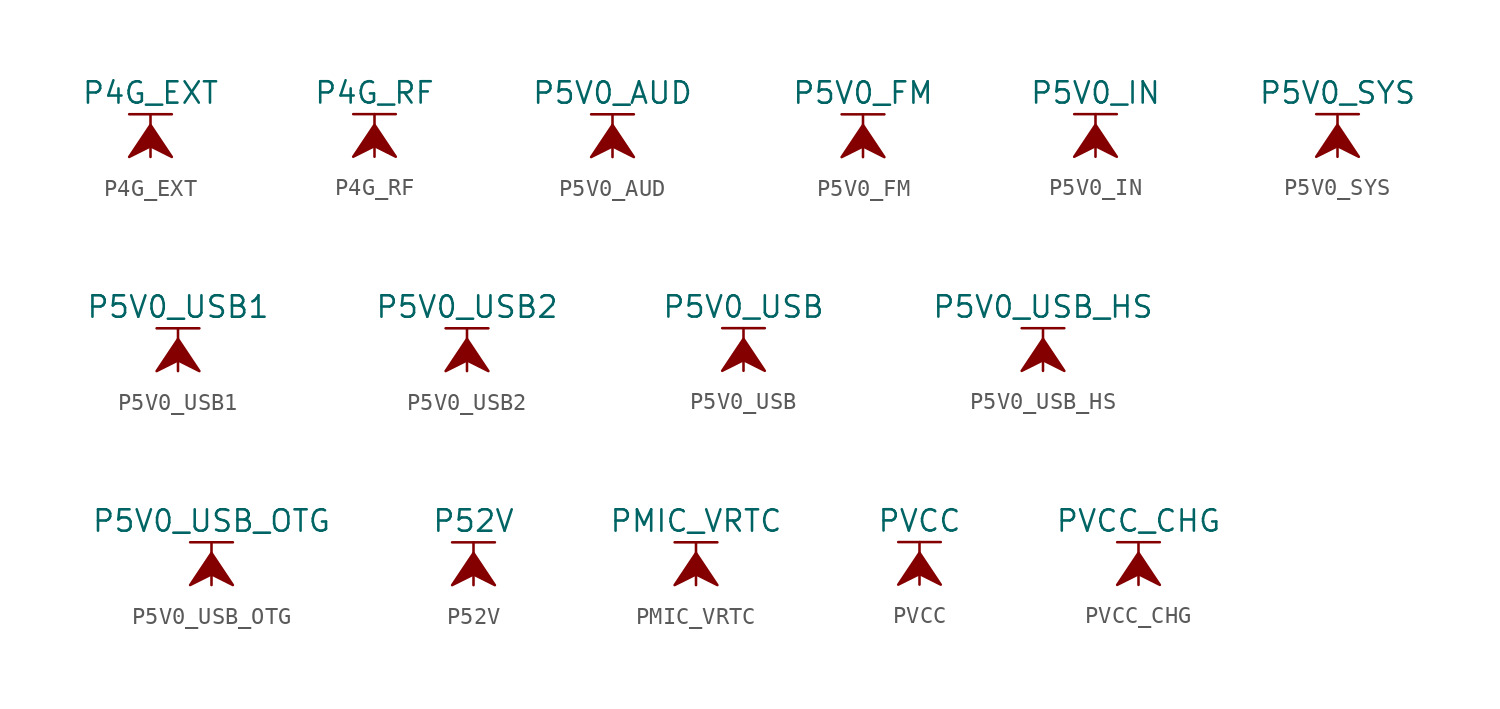
<source format=kicad_sym>
(kicad_symbol_lib
  (version 20211014)
  (generator kicad_symbol_editor)
  (symbol "P4G_EXT"
    (power)
    (pin_names
      (offset 0))
    (property "Reference" "#PWR"
      (at 0 -3.81 0)
      (effects (font (size 1.27 1.27)) hide))
    (property "Value" "P4G_EXT"
      (at 0 3.81 0)
      (effects (font (size 1.27 1.27))))
    (symbol "P4G_EXT_0_1"
      (polyline (pts (xy -1.27 2.54) (xy 1.27 2.54)) (stroke (width 0.152) (type default) (color 0 0 0 0)) (fill (type none)))
      (polyline (pts (xy 0 0) (xy 0 2.54)) (stroke (width 0.152) (type default) (color 0 0 0 0)) (fill (type none)))
      (polyline (pts (xy 0 1.905) (xy -1.27 0) (xy 0 0.635) (xy 1.27 0) (xy 0 1.905)) (stroke (width 0.152) (type default) (color 0 0 0 0)) (fill (type outline))))
    (symbol "P4G_EXT_1_1"
      (pin power_in line (at 0 0 90) (length 0) hide (name "P4G_EXT" (effects (font (size 1.27 1.27)))) (number "1" (effects (font (size 1.27 1.27)))))))
  (symbol "P4G_RF"
    (power)
    (pin_names
      (offset 0))
    (property "Reference" "#PWR"
      (at 0 -3.81 0)
      (effects (font (size 1.27 1.27)) hide))
    (property "Value" "P4G_RF"
      (at 0 3.81 0)
      (effects (font (size 1.27 1.27))))
    (symbol "P4G_RF_0_1"
      (polyline (pts (xy -1.27 2.54) (xy 1.27 2.54)) (stroke (width 0.152) (type default) (color 0 0 0 0)) (fill (type none)))
      (polyline (pts (xy 0 0) (xy 0 2.54)) (stroke (width 0.152) (type default) (color 0 0 0 0)) (fill (type none)))
      (polyline (pts (xy 0 1.905) (xy -1.27 0) (xy 0 0.635) (xy 1.27 0) (xy 0 1.905)) (stroke (width 0.152) (type default) (color 0 0 0 0)) (fill (type outline))))
    (symbol "P4G_RF_1_1"
      (pin power_in line (at 0 0 90) (length 0) hide (name "P4G_RF" (effects (font (size 1.27 1.27)))) (number "1" (effects (font (size 1.27 1.27)))))))
  (symbol "P5V0_AUD"
    (power)
    (pin_names
      (offset 0))
    (property "Reference" "#PWR"
      (at 0 -3.81 0)
      (effects (font (size 1.27 1.27)) hide))
    (property "Value" "P5V0_AUD"
      (at 0 3.81 0)
      (effects (font (size 1.27 1.27))))
    (symbol "P5V0_AUD_0_1"
      (polyline (pts (xy -1.27 2.54) (xy 1.27 2.54)) (stroke (width 0.152) (type default) (color 0 0 0 0)) (fill (type none)))
      (polyline (pts (xy 0 0) (xy 0 2.54)) (stroke (width 0.152) (type default) (color 0 0 0 0)) (fill (type none)))
      (polyline (pts (xy 0 1.905) (xy -1.27 0) (xy 0 0.635) (xy 1.27 0) (xy 0 1.905)) (stroke (width 0.152) (type default) (color 0 0 0 0)) (fill (type outline))))
    (symbol "P5V0_AUD_1_1"
      (pin power_in line (at 0 0 90) (length 0) hide (name "P5V0_AUD" (effects (font (size 1.27 1.27)))) (number "1" (effects (font (size 1.27 1.27)))))))
  (symbol "P5V0_FM"
    (power)
    (pin_names
      (offset 0))
    (property "Reference" "#PWR"
      (at 0 -3.81 0)
      (effects (font (size 1.27 1.27)) hide))
    (property "Value" "P5V0_FM"
      (at 0 3.81 0)
      (effects (font (size 1.27 1.27))))
    (symbol "P5V0_FM_0_1"
      (polyline (pts (xy -1.27 2.54) (xy 1.27 2.54)) (stroke (width 0.152) (type default) (color 0 0 0 0)) (fill (type none)))
      (polyline (pts (xy 0 0) (xy 0 2.54)) (stroke (width 0.152) (type default) (color 0 0 0 0)) (fill (type none)))
      (polyline (pts (xy 0 1.905) (xy -1.27 0) (xy 0 0.635) (xy 1.27 0) (xy 0 1.905)) (stroke (width 0.152) (type default) (color 0 0 0 0)) (fill (type outline))))
    (symbol "P5V0_FM_1_1"
      (pin power_in line (at 0 0 90) (length 0) hide (name "P5V0_FM" (effects (font (size 1.27 1.27)))) (number "1" (effects (font (size 1.27 1.27)))))))
  (symbol "P5V0_IN"
    (power)
    (pin_names
      (offset 0))
    (property "Reference" "#PWR"
      (at 0 -3.81 0)
      (effects (font (size 1.27 1.27)) hide))
    (property "Value" "P5V0_IN"
      (at 0 3.81 0)
      (effects (font (size 1.27 1.27))))
    (symbol "P5V0_IN_0_1"
      (polyline (pts (xy -1.27 2.54) (xy 1.27 2.54)) (stroke (width 0.152) (type default) (color 0 0 0 0)) (fill (type none)))
      (polyline (pts (xy 0 0) (xy 0 2.54)) (stroke (width 0.152) (type default) (color 0 0 0 0)) (fill (type none)))
      (polyline (pts (xy 0 1.905) (xy -1.27 0) (xy 0 0.635) (xy 1.27 0) (xy 0 1.905)) (stroke (width 0.152) (type default) (color 0 0 0 0)) (fill (type outline))))
    (symbol "P5V0_IN_1_1"
      (pin power_in line (at 0 0 90) (length 0) hide (name "P5V0_IN" (effects (font (size 1.27 1.27)))) (number "1" (effects (font (size 1.27 1.27)))))))
  (symbol "P5V0_SYS"
    (power)
    (pin_names
      (offset 0))
    (property "Reference" "#PWR"
      (at 0 -3.81 0)
      (effects (font (size 1.27 1.27)) hide))
    (property "Value" "P5V0_SYS"
      (at 0 3.81 0)
      (effects (font (size 1.27 1.27))))
    (symbol "P5V0_SYS_0_1"
      (polyline (pts (xy -1.27 2.54) (xy 1.27 2.54)) (stroke (width 0.152) (type default) (color 0 0 0 0)) (fill (type none)))
      (polyline (pts (xy 0 0) (xy 0 2.54)) (stroke (width 0.152) (type default) (color 0 0 0 0)) (fill (type none)))
      (polyline (pts (xy 0 1.905) (xy -1.27 0) (xy 0 0.635) (xy 1.27 0) (xy 0 1.905)) (stroke (width 0.152) (type default) (color 0 0 0 0)) (fill (type outline))))
    (symbol "P5V0_SYS_1_1"
      (pin power_in line (at 0 0 90) (length 0) hide (name "P5V0_SYS" (effects (font (size 1.27 1.27)))) (number "1" (effects (font (size 1.27 1.27)))))))
  (symbol "P5V0_USB1"
    (power)
    (pin_names
      (offset 0))
    (property "Reference" "#PWR"
      (at 0 -3.81 0)
      (effects (font (size 1.27 1.27)) hide))
    (property "Value" "P5V0_USB1"
      (at 0 3.81 0)
      (effects (font (size 1.27 1.27))))
    (symbol "P5V0_USB1_0_1"
      (polyline (pts (xy -1.27 2.54) (xy 1.27 2.54)) (stroke (width 0.152) (type default) (color 0 0 0 0)) (fill (type none)))
      (polyline (pts (xy 0 0) (xy 0 2.54)) (stroke (width 0.152) (type default) (color 0 0 0 0)) (fill (type none)))
      (polyline (pts (xy 0 1.905) (xy -1.27 0) (xy 0 0.635) (xy 1.27 0) (xy 0 1.905)) (stroke (width 0.152) (type default) (color 0 0 0 0)) (fill (type outline))))
    (symbol "P5V0_USB1_1_1"
      (pin power_in line (at 0 0 90) (length 0) hide (name "P5V0_USB1" (effects (font (size 1.27 1.27)))) (number "1" (effects (font (size 1.27 1.27)))))))
  (symbol "P5V0_USB2"
    (power)
    (pin_names
      (offset 0))
    (property "Reference" "#PWR"
      (at 0 -3.81 0)
      (effects (font (size 1.27 1.27)) hide))
    (property "Value" "P5V0_USB2"
      (at 0 3.81 0)
      (effects (font (size 1.27 1.27))))
    (symbol "P5V0_USB2_0_1"
      (polyline (pts (xy -1.27 2.54) (xy 1.27 2.54)) (stroke (width 0.152) (type default) (color 0 0 0 0)) (fill (type none)))
      (polyline (pts (xy 0 0) (xy 0 2.54)) (stroke (width 0.152) (type default) (color 0 0 0 0)) (fill (type none)))
      (polyline (pts (xy 0 1.905) (xy -1.27 0) (xy 0 0.635) (xy 1.27 0) (xy 0 1.905)) (stroke (width 0.152) (type default) (color 0 0 0 0)) (fill (type outline))))
    (symbol "P5V0_USB2_1_1"
      (pin power_in line (at 0 0 90) (length 0) hide (name "P5V0_USB2" (effects (font (size 1.27 1.27)))) (number "1" (effects (font (size 1.27 1.27)))))))
  (symbol "P5V0_USB"
    (power)
    (pin_names
      (offset 0))
    (property "Reference" "#PWR"
      (at 0 -3.81 0)
      (effects (font (size 1.27 1.27)) hide))
    (property "Value" "P5V0_USB"
      (at 0 3.81 0)
      (effects (font (size 1.27 1.27))))
    (symbol "P5V0_USB_0_1"
      (polyline (pts (xy -1.27 2.54) (xy 1.27 2.54)) (stroke (width 0.152) (type default) (color 0 0 0 0)) (fill (type none)))
      (polyline (pts (xy 0 0) (xy 0 2.54)) (stroke (width 0.152) (type default) (color 0 0 0 0)) (fill (type none)))
      (polyline (pts (xy 0 1.905) (xy -1.27 0) (xy 0 0.635) (xy 1.27 0) (xy 0 1.905)) (stroke (width 0.152) (type default) (color 0 0 0 0)) (fill (type outline))))
    (symbol "P5V0_USB_1_1"
      (pin power_in line (at 0 0 90) (length 0) hide (name "P5V0_USB" (effects (font (size 1.27 1.27)))) (number "1" (effects (font (size 1.27 1.27)))))))
  (symbol "P5V0_USB_HS"
    (power)
    (pin_names
      (offset 0))
    (property "Reference" "#PWR"
      (at 0 -3.81 0)
      (effects (font (size 1.27 1.27)) hide))
    (property "Value" "P5V0_USB_HS"
      (at 0 3.81 0)
      (effects (font (size 1.27 1.27))))
    (symbol "P5V0_USB_HS_0_1"
      (polyline (pts (xy -1.27 2.54) (xy 1.27 2.54)) (stroke (width 0.152) (type default) (color 0 0 0 0)) (fill (type none)))
      (polyline (pts (xy 0 0) (xy 0 2.54)) (stroke (width 0.152) (type default) (color 0 0 0 0)) (fill (type none)))
      (polyline (pts (xy 0 1.905) (xy -1.27 0) (xy 0 0.635) (xy 1.27 0) (xy 0 1.905)) (stroke (width 0.152) (type default) (color 0 0 0 0)) (fill (type outline))))
    (symbol "P5V0_USB_HS_1_1"
      (pin power_in line (at 0 0 90) (length 0) hide (name "P5V0_USB_HS" (effects (font (size 1.27 1.27)))) (number "1" (effects (font (size 1.27 1.27)))))))
  (symbol "P5V0_USB_OTG"
    (power)
    (pin_names
      (offset 0))
    (property "Reference" "#PWR"
      (at 0 -3.81 0)
      (effects (font (size 1.27 1.27)) hide))
    (property "Value" "P5V0_USB_OTG"
      (at 0 3.81 0)
      (effects (font (size 1.27 1.27))))
    (symbol "P5V0_USB_OTG_0_1"
      (polyline (pts (xy -1.27 2.54) (xy 1.27 2.54)) (stroke (width 0.152) (type default) (color 0 0 0 0)) (fill (type none)))
      (polyline (pts (xy 0 0) (xy 0 2.54)) (stroke (width 0.152) (type default) (color 0 0 0 0)) (fill (type none)))
      (polyline (pts (xy 0 1.905) (xy -1.27 0) (xy 0 0.635) (xy 1.27 0) (xy 0 1.905)) (stroke (width 0.152) (type default) (color 0 0 0 0)) (fill (type outline))))
    (symbol "P5V0_USB_OTG_1_1"
      (pin power_in line (at 0 0 90) (length 0) hide (name "P5V0_USB_OTG" (effects (font (size 1.27 1.27)))) (number "1" (effects (font (size 1.27 1.27)))))))
  (symbol "P52V"
    (power)
    (pin_names
      (offset 0))
    (property "Reference" "#PWR"
      (at 0 -3.81 0)
      (effects (font (size 1.27 1.27)) hide))
    (property "Value" "P52V"
      (at 0 3.81 0)
      (effects (font (size 1.27 1.27))))
    (symbol "P52V_0_1"
      (polyline (pts (xy -1.27 2.54) (xy 1.27 2.54)) (stroke (width 0.152) (type default) (color 0 0 0 0)) (fill (type none)))
      (polyline (pts (xy 0 0) (xy 0 2.54)) (stroke (width 0.152) (type default) (color 0 0 0 0)) (fill (type none)))
      (polyline (pts (xy 0 1.905) (xy -1.27 0) (xy 0 0.635) (xy 1.27 0) (xy 0 1.905)) (stroke (width 0.152) (type default) (color 0 0 0 0)) (fill (type outline))))
    (symbol "P52V_1_1"
      (pin power_in line (at 0 0 90) (length 0) hide (name "P52V" (effects (font (size 1.27 1.27)))) (number "1" (effects (font (size 1.27 1.27)))))))
  (symbol "PMIC_VRTC"
    (power)
    (pin_names
      (offset 0))
    (property "Reference" "#PWR"
      (at 0 -3.81 0)
      (effects (font (size 1.27 1.27)) hide))
    (property "Value" "PMIC_VRTC"
      (at 0 3.81 0)
      (effects (font (size 1.27 1.27))))
    (symbol "PMIC_VRTC_0_1"
      (polyline (pts (xy -1.27 2.54) (xy 1.27 2.54)) (stroke (width 0.152) (type default) (color 0 0 0 0)) (fill (type none)))
      (polyline (pts (xy 0 0) (xy 0 2.54)) (stroke (width 0.152) (type default) (color 0 0 0 0)) (fill (type none)))
      (polyline (pts (xy 0 1.905) (xy -1.27 0) (xy 0 0.635) (xy 1.27 0) (xy 0 1.905)) (stroke (width 0.152) (type default) (color 0 0 0 0)) (fill (type outline))))
    (symbol "PMIC_VRTC_1_1"
      (pin power_in line (at 0 0 90) (length 0) hide (name "PMIC_VRTC" (effects (font (size 1.27 1.27)))) (number "1" (effects (font (size 1.27 1.27)))))))
  (symbol "PVCC"
    (power)
    (pin_names
      (offset 0))
    (property "Reference" "#PWR"
      (at 0 -3.81 0)
      (effects (font (size 1.27 1.27)) hide))
    (property "Value" "PVCC"
      (at 0 3.81 0)
      (effects (font (size 1.27 1.27))))
    (symbol "PVCC_0_1"
      (polyline (pts (xy -1.27 2.54) (xy 1.27 2.54)) (stroke (width 0.152) (type default) (color 0 0 0 0)) (fill (type none)))
      (polyline (pts (xy 0 0) (xy 0 2.54)) (stroke (width 0.152) (type default) (color 0 0 0 0)) (fill (type none)))
      (polyline (pts (xy 0 1.905) (xy -1.27 0) (xy 0 0.635) (xy 1.27 0) (xy 0 1.905)) (stroke (width 0.152) (type default) (color 0 0 0 0)) (fill (type outline))))
    (symbol "PVCC_1_1"
      (pin power_in line (at 0 0 90) (length 0) hide (name "PVCC" (effects (font (size 1.27 1.27)))) (number "1" (effects (font (size 1.27 1.27)))))))
  (symbol "PVCC_CHG"
    (power)
    (pin_names
      (offset 0))
    (property "Reference" "#PWR"
      (at 0 -3.81 0)
      (effects (font (size 1.27 1.27)) hide))
    (property "Value" "PVCC_CHG"
      (at 0 3.81 0)
      (effects (font (size 1.27 1.27))))
    (symbol "PVCC_CHG_0_1"
      (polyline (pts (xy -1.27 2.54) (xy 1.27 2.54)) (stroke (width 0.152) (type default) (color 0 0 0 0)) (fill (type none)))
      (polyline (pts (xy 0 0) (xy 0 2.54)) (stroke (width 0.152) (type default) (color 0 0 0 0)) (fill (type none)))
      (polyline (pts (xy 0 1.905) (xy -1.27 0) (xy 0 0.635) (xy 1.27 0) (xy 0 1.905)) (stroke (width 0.152) (type default) (color 0 0 0 0)) (fill (type outline))))
    (symbol "PVCC_CHG_1_1"
      (pin power_in line (at 0 0 90) (length 0) hide (name "PVCC_CHG" (effects (font (size 1.27 1.27)))) (number "1" (effects (font (size 1.27 1.27))))))))
</source>
